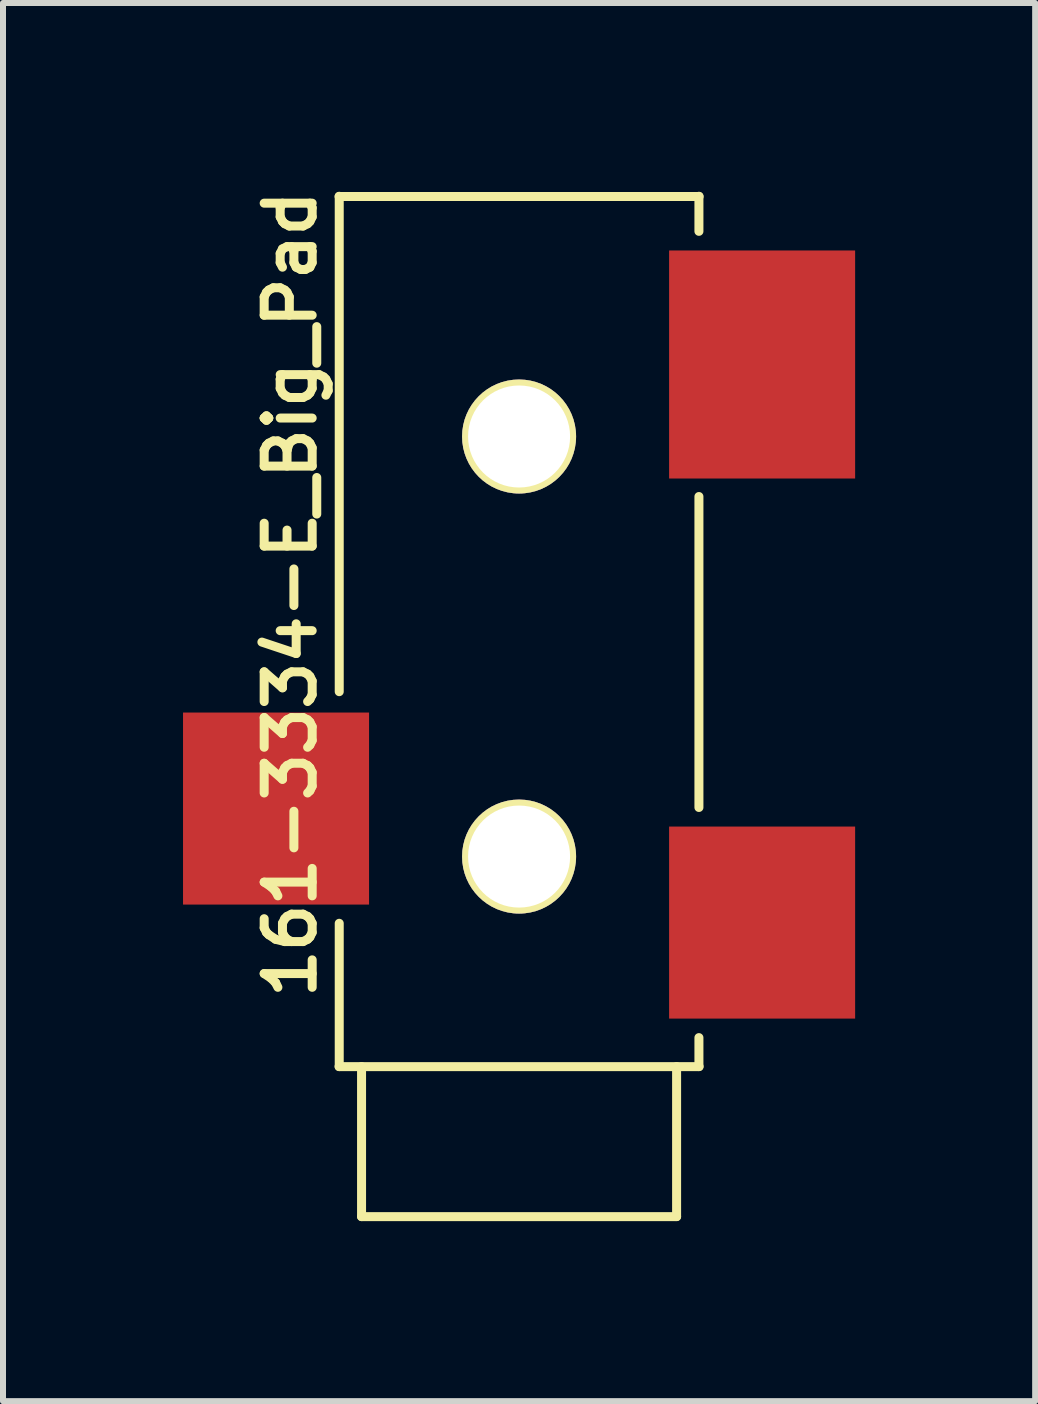
<source format=kicad_pcb>
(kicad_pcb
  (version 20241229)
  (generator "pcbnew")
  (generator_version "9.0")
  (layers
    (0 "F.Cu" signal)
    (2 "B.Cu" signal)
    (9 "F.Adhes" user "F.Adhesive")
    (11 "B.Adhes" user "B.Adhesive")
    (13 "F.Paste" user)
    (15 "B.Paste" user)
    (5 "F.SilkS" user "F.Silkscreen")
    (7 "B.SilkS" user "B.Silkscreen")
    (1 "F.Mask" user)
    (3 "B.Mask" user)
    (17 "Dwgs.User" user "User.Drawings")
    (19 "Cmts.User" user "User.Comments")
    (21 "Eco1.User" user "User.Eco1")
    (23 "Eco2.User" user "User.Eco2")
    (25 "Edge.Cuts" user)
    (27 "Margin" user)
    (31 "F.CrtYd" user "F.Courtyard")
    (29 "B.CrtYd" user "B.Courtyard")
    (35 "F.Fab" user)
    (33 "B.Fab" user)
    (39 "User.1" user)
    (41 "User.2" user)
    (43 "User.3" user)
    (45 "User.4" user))
  (footprint "161-3334-E_Big_Pad"
    (layer "F.Cu")
    (at 5.6 14.724)
    (property "Reference" "161-3334-E_Big_Pad" (at -3.81 -7.874 90) (layer "F.SilkS") (effects (font (size 0.8 0.8) (thickness 0.15))))
    (attr through_hole)
    (fp_line (start -3 -14.5) (end 3 -14.5) (stroke (width 0.15) (type solid)) (layer "F.SilkS"))
    (fp_line (start -2.997 -6.248) (end -2.997 -14.503) (stroke (width 0.15) (type solid)) (layer "F.SilkS"))
    (fp_line (start -2.997 0) (end -2.997 -2.388) (stroke (width 0.15) (type solid)) (layer "F.SilkS"))
    (fp_line (start -2.625 2.5) (end -2.625 0) (stroke (width 0.15) (type solid)) (layer "F.SilkS"))
    (fp_line (start 2.625 0) (end 2.625 2.5) (stroke (width 0.15) (type solid)) (layer "F.SilkS"))
    (fp_line (start 2.625 2.5) (end -2.625 2.5) (stroke (width 0.15) (type solid)) (layer "F.SilkS"))
    (fp_line (start 2.997 -13.919) (end 2.997 -14.503) (stroke (width 0.15) (type solid)) (layer "F.SilkS"))
    (fp_line (start 2.997 -4.318) (end 2.997 -9.5) (stroke (width 0.15) (type solid)) (layer "F.SilkS"))
    (fp_line (start 2.997 0) (end 2.997 -0.483) (stroke (width 0.15) (type solid)) (layer "F.SilkS"))
    (fp_line (start 3 0) (end -3 0) (stroke (width 0.15) (type solid)) (layer "F.SilkS"))
    (pad "" np_thru_hole circle (at 0 -10.5) (size 1.9 1.9) (drill 1.7) (layers "*.Cu" "*.Mask" "F.SilkS"))
    (pad "" np_thru_hole circle (at 0 -3.5) (size 1.9 1.9) (drill 1.7) (layers "*.Cu" "*.Mask" "F.SilkS"))
    (pad "1" smd rect (at -4.05 -4.3) (size 3.1 3.2) (layers "F.Cu" "F.Mask" "F.Paste"))
    (pad "2" smd rect (at 4.05 -11.7) (size 3.1 3.8) (layers "F.Cu" "F.Mask" "F.Paste"))
    (pad "3" smd rect (at 4.05 -2.4) (size 3.1 3.2) (layers "F.Cu" "F.Mask" "F.Paste")))
  (gr_rect
    (start -3 -3)
    (end 14.2 20.299)
    (stroke (width 0.1) (type default))
    (fill no)
    (layer "Edge.Cuts")))
</source>
